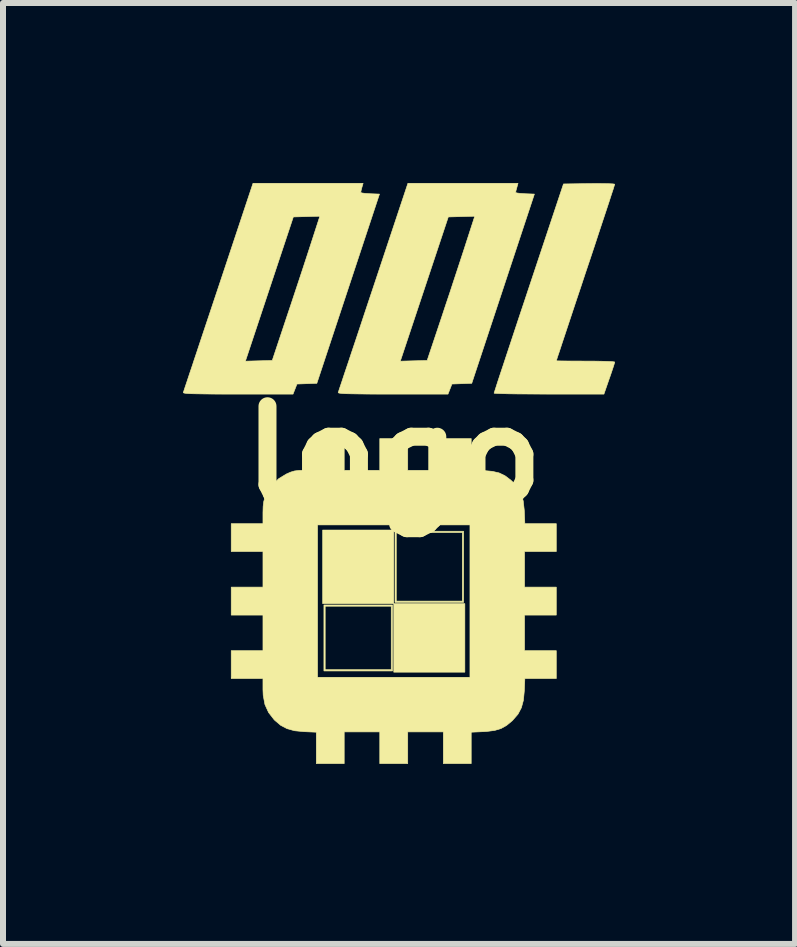
<source format=kicad_pcb>
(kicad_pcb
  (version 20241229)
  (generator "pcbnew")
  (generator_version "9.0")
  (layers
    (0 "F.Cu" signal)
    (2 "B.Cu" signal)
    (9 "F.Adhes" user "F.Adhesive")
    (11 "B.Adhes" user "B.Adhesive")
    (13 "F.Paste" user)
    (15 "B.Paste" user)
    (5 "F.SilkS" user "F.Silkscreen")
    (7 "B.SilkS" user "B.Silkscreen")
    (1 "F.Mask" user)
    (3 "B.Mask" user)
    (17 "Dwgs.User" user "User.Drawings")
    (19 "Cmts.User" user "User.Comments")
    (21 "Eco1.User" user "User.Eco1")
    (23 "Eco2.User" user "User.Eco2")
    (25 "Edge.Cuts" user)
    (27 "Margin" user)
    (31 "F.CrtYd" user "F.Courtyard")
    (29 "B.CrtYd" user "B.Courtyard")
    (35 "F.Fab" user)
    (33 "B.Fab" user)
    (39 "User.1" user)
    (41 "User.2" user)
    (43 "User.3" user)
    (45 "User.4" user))
  (footprint "logo"
    (layer "F.Cu")
    (at 3.513 4.556)
    (property "Reference" "logo" (at 0 0 0) (layer "F.SilkS") (effects (font (size 1.524 1.524) (thickness 0.3))))
    (attr through_hole)
    (fp_poly (pts (xy 0 2.455) (xy -1.185 2.455) (xy -1.185 1.228) (xy 0 1.228) (xy 0 2.455)) (stroke (width 0.01) (type solid)) (fill yes) (layer "F.SilkS"))
    (fp_poly (pts (xy 1.185 3.598) (xy 0 3.598) (xy 0 2.455) (xy 1.185 2.455) (xy 1.185 3.598)) (stroke (width 0.01) (type solid)) (fill yes) (layer "F.SilkS"))
    (fp_poly (pts (xy -0.021 3.577) (xy -1.164 3.577) (xy -1.164 2.498) (xy -1.143 2.498) (xy -1.143 3.556) (xy -0.042 3.556) (xy -0.042 2.498) (xy -1.143 2.498) (xy -1.164 2.498) (xy -1.164 2.477) (xy -0.021 2.477) (xy -0.021 3.577)) (stroke (width 0.01) (type solid)) (fill yes) (layer "F.SilkS"))
    (fp_poly (pts (xy 1.164 2.434) (xy 0.021 2.434) (xy 0.021 1.27) (xy 0.042 1.27) (xy 0.042 2.413) (xy 1.143 2.413) (xy 1.143 1.27) (xy 0.042 1.27) (xy 0.021 1.27) (xy 0.021 1.249) (xy 1.164 1.249) (xy 1.164 2.434)) (stroke (width 0.01) (type solid)) (fill yes) (layer "F.SilkS"))
    (fp_poly (pts (xy -0.531 -4.482) (xy -0.544 -4.431) (xy -0.55 -4.4) (xy -0.55 -4.398) (xy -0.531 -4.39) (xy -0.48 -4.383) (xy -0.407 -4.378) (xy -0.394 -4.377) (xy -0.238 -4.371) (xy -0.76 -2.794) (xy -1.282 -1.217) (xy -1.447 -1.211) (xy -1.613 -1.205) (xy -1.646 -1.121) (xy -1.679 -1.037) (xy -2.598 -1.037) (xy -2.828 -1.037) (xy -3.018 -1.038) (xy -3.172 -1.04) (xy -3.293 -1.042) (xy -3.384 -1.044) (xy -3.448 -1.048) (xy -3.487 -1.053) (xy -3.506 -1.059) (xy -3.508 -1.064) (xy -3.5 -1.087) (xy -3.48 -1.148) (xy -3.448 -1.243) (xy -3.406 -1.37) (xy -3.354 -1.524) (xy -3.334 -1.586) (xy -2.473 -1.586) (xy -2.249 -1.592) (xy -2.025 -1.598) (xy -1.785 -2.318) (xy -1.72 -2.512) (xy -1.652 -2.717) (xy -1.583 -2.925) (xy -1.517 -3.125) (xy -1.457 -3.308) (xy -1.406 -3.464) (xy -1.388 -3.52) (xy -1.232 -4.002) (xy -1.453 -3.996) (xy -1.674 -3.99) (xy -2.473 -1.586) (xy -3.334 -1.586) (xy -3.294 -1.705) (xy -3.227 -1.907) (xy -3.153 -2.129) (xy -3.073 -2.368) (xy -2.989 -2.62) (xy -2.922 -2.82) (xy -2.346 -4.551) (xy -0.511 -4.551) (xy -0.531 -4.482)) (stroke (width 0.01) (type solid)) (fill yes) (layer "F.SilkS"))
    (fp_poly (pts (xy 2.052 -4.482) (xy 2.038 -4.431) (xy 2.032 -4.4) (xy 2.032 -4.398) (xy 2.051 -4.39) (xy 2.103 -4.383) (xy 2.176 -4.378) (xy 2.188 -4.377) (xy 2.344 -4.371) (xy 1.822 -2.794) (xy 1.3 -1.217) (xy 0.97 -1.205) (xy 0.937 -1.121) (xy 0.904 -1.037) (xy -0.016 -1.037) (xy -0.246 -1.037) (xy -0.436 -1.038) (xy -0.59 -1.04) (xy -0.711 -1.042) (xy -0.802 -1.044) (xy -0.865 -1.048) (xy -0.905 -1.053) (xy -0.924 -1.059) (xy -0.926 -1.064) (xy -0.918 -1.087) (xy -0.898 -1.148) (xy -0.866 -1.243) (xy -0.824 -1.37) (xy -0.772 -1.524) (xy -0.751 -1.586) (xy 0.109 -1.586) (xy 0.333 -1.592) (xy 0.557 -1.598) (xy 0.798 -2.318) (xy 0.862 -2.512) (xy 0.931 -2.717) (xy 0.999 -2.925) (xy 1.065 -3.125) (xy 1.125 -3.308) (xy 1.176 -3.464) (xy 1.194 -3.52) (xy 1.35 -4.002) (xy 1.13 -3.996) (xy 0.909 -3.99) (xy 0.509 -2.788) (xy 0.109 -1.586) (xy -0.751 -1.586) (xy -0.712 -1.705) (xy -0.644 -1.907) (xy -0.57 -2.129) (xy -0.491 -2.368) (xy -0.407 -2.62) (xy -0.34 -2.82) (xy 0.236 -4.551) (xy 2.071 -4.551) (xy 2.052 -4.482)) (stroke (width 0.01) (type solid)) (fill yes) (layer "F.SilkS"))
    (fp_poly (pts (xy 3.499 -4.546) (xy 3.59 -4.544) (xy 3.653 -4.541) (xy 3.682 -4.536) (xy 3.683 -4.535) (xy 3.676 -4.513) (xy 3.658 -4.454) (xy 3.627 -4.361) (xy 3.587 -4.237) (xy 3.537 -4.086) (xy 3.479 -3.911) (xy 3.414 -3.715) (xy 3.344 -3.501) (xy 3.268 -3.273) (xy 3.196 -3.059) (xy 3.117 -2.82) (xy 3.041 -2.594) (xy 2.971 -2.383) (xy 2.907 -2.19) (xy 2.85 -2.018) (xy 2.801 -1.871) (xy 2.762 -1.752) (xy 2.732 -1.664) (xy 2.715 -1.61) (xy 2.709 -1.593) (xy 2.73 -1.591) (xy 2.786 -1.59) (xy 2.873 -1.589) (xy 2.985 -1.588) (xy 3.115 -1.588) (xy 3.196 -1.587) (xy 3.335 -1.587) (xy 3.458 -1.585) (xy 3.56 -1.582) (xy 3.635 -1.579) (xy 3.676 -1.574) (xy 3.683 -1.572) (xy 3.677 -1.547) (xy 3.659 -1.49) (xy 3.632 -1.409) (xy 3.599 -1.313) (xy 3.593 -1.297) (xy 3.503 -1.037) (xy 2.588 -1.037) (xy 2.395 -1.038) (xy 2.217 -1.039) (xy 2.056 -1.04) (xy 1.918 -1.042) (xy 1.807 -1.045) (xy 1.726 -1.048) (xy 1.681 -1.051) (xy 1.672 -1.053) (xy 1.679 -1.075) (xy 1.698 -1.134) (xy 1.728 -1.228) (xy 1.769 -1.353) (xy 1.82 -1.506) (xy 1.879 -1.685) (xy 1.946 -1.887) (xy 2.019 -2.108) (xy 2.098 -2.346) (xy 2.182 -2.597) (xy 2.251 -2.805) (xy 2.829 -4.54) (xy 3.256 -4.546) (xy 3.385 -4.547) (xy 3.499 -4.546)) (stroke (width 0.01) (type solid)) (fill yes) (layer "F.SilkS"))
    (fp_poly (pts (xy -0.826 0.233) (xy -0.233 0.233) (xy -0.233 -0.296) (xy 0.233 -0.296) (xy 0.233 0.233) (xy 0.826 0.233) (xy 0.826 -0.296) (xy 1.291 -0.296) (xy 1.291 0.228) (xy 1.498 0.237) (xy 1.641 0.25) (xy 1.755 0.276) (xy 1.852 0.322) (xy 1.945 0.392) (xy 1.976 0.42) (xy 2.062 0.517) (xy 2.121 0.622) (xy 2.158 0.744) (xy 2.175 0.895) (xy 2.176 0.915) (xy 2.185 1.122) (xy 2.709 1.122) (xy 2.709 1.587) (xy 2.18 1.587) (xy 2.18 2.18) (xy 2.709 2.18) (xy 2.709 2.646) (xy 2.18 2.646) (xy 2.18 3.239) (xy 2.709 3.239) (xy 2.709 3.704) (xy 2.185 3.704) (xy 2.176 3.911) (xy 2.161 4.066) (xy 2.127 4.191) (xy 2.071 4.297) (xy 1.987 4.394) (xy 1.976 4.406) (xy 1.882 4.484) (xy 1.788 4.537) (xy 1.681 4.569) (xy 1.548 4.586) (xy 1.498 4.589) (xy 1.291 4.598) (xy 1.291 5.122) (xy 0.826 5.122) (xy 0.826 4.593) (xy 0.233 4.593) (xy 0.233 5.122) (xy -0.233 5.122) (xy -0.233 4.593) (xy -0.826 4.593) (xy -0.826 5.122) (xy -1.291 5.122) (xy -1.291 4.598) (xy -1.498 4.589) (xy -1.652 4.574) (xy -1.777 4.54) (xy -1.884 4.484) (xy -1.982 4.401) (xy -1.994 4.389) (xy -2.087 4.269) (xy -2.147 4.137) (xy -2.176 3.984) (xy -2.18 3.889) (xy -2.18 3.704) (xy -2.709 3.704) (xy -2.709 3.239) (xy -2.18 3.239) (xy -2.18 2.646) (xy -2.709 2.646) (xy -2.709 2.18) (xy -2.18 2.18) (xy -2.18 1.587) (xy -2.709 1.587) (xy -2.709 1.143) (xy -1.27 1.143) (xy -1.27 3.683) (xy 1.27 3.683) (xy 1.27 1.143) (xy -1.27 1.143) (xy -2.709 1.143) (xy -2.709 1.122) (xy -2.18 1.122) (xy -2.18 0.937) (xy -2.177 0.834) (xy -2.168 0.758) (xy -2.15 0.692) (xy -2.126 0.635) (xy -2.036 0.488) (xy -1.917 0.372) (xy -1.789 0.294) (xy -1.718 0.263) (xy -1.655 0.244) (xy -1.584 0.235) (xy -1.489 0.233) (xy -1.476 0.233) (xy -1.291 0.233) (xy -1.291 -0.296) (xy -0.826 -0.296) (xy -0.826 0.233)) (stroke (width 0.01) (type solid)) (fill yes) (layer "F.SilkS")))
  (gr_rect
    (start -3 -3)
    (end 10.202 12.683)
    (stroke (width 0.1) (type default))
    (fill no)
    (layer "Edge.Cuts")))
</source>
